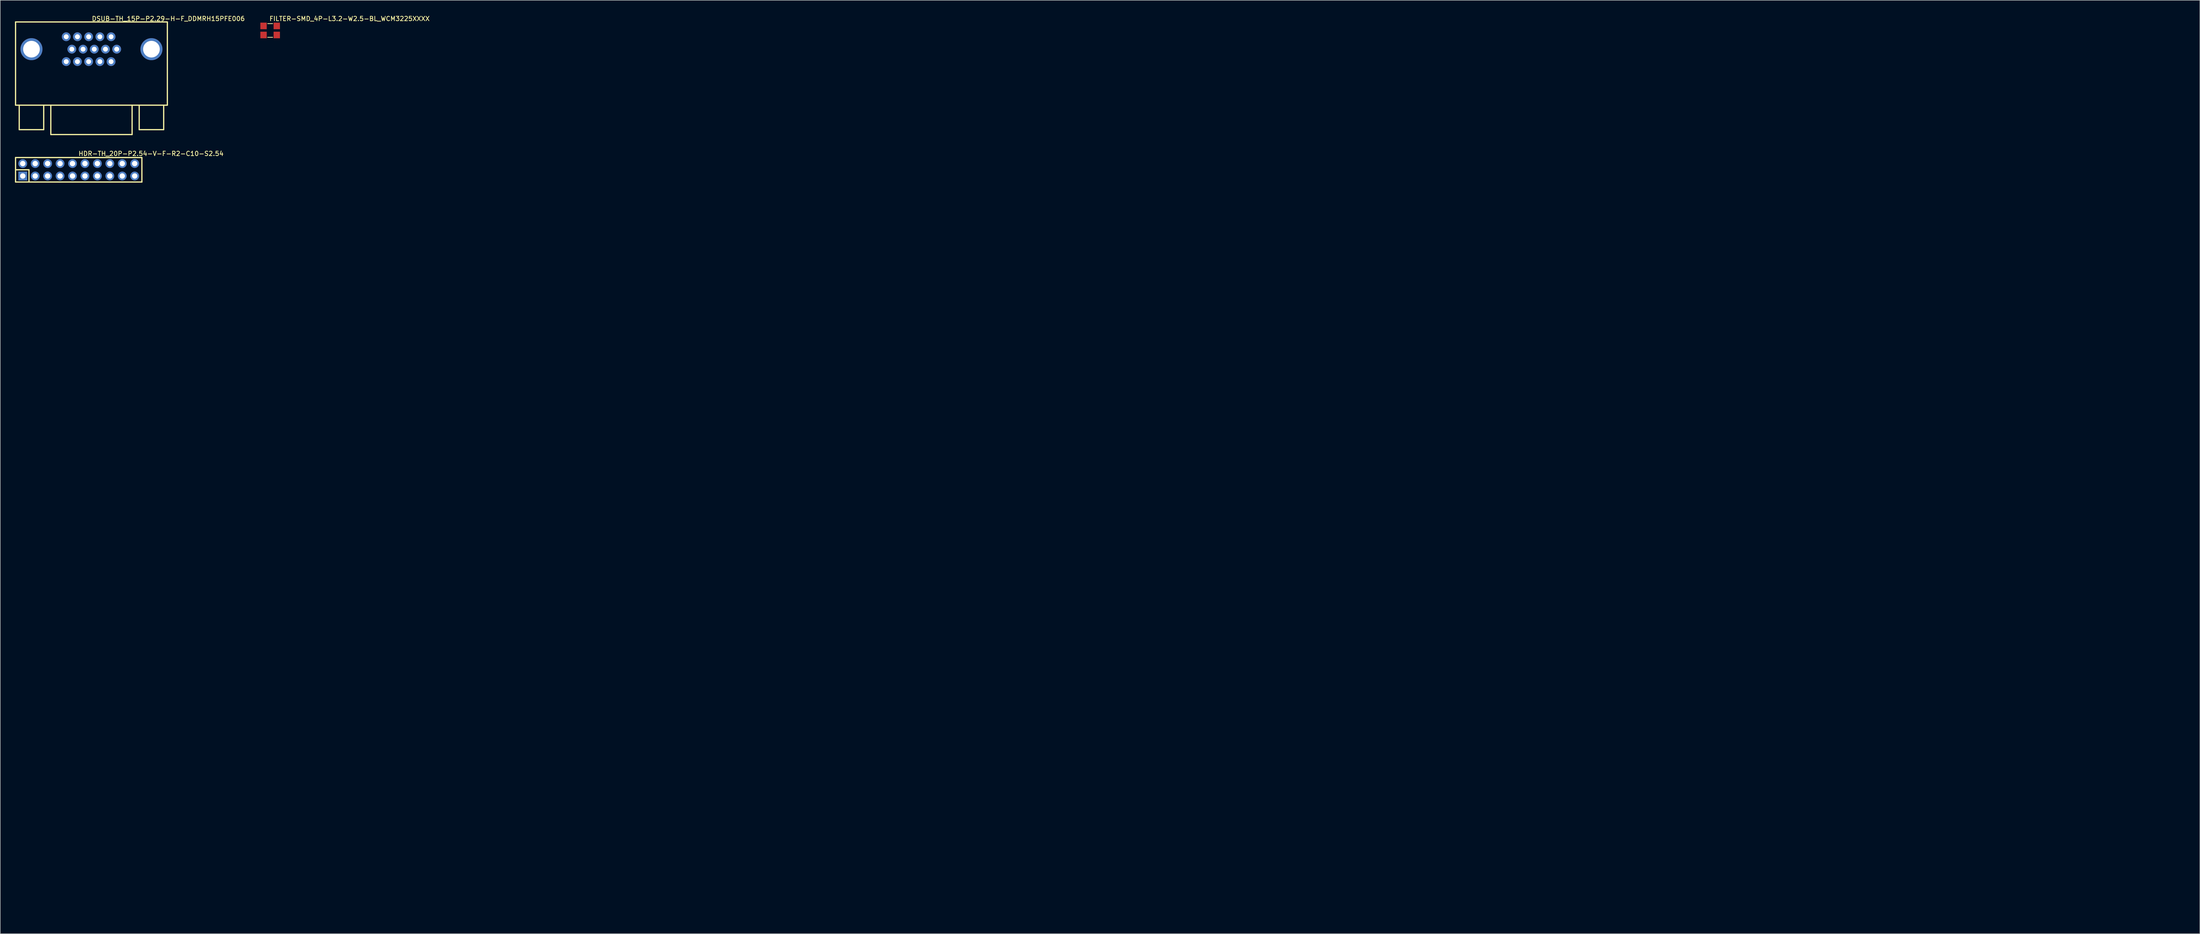
<source format=kicad_pcb>
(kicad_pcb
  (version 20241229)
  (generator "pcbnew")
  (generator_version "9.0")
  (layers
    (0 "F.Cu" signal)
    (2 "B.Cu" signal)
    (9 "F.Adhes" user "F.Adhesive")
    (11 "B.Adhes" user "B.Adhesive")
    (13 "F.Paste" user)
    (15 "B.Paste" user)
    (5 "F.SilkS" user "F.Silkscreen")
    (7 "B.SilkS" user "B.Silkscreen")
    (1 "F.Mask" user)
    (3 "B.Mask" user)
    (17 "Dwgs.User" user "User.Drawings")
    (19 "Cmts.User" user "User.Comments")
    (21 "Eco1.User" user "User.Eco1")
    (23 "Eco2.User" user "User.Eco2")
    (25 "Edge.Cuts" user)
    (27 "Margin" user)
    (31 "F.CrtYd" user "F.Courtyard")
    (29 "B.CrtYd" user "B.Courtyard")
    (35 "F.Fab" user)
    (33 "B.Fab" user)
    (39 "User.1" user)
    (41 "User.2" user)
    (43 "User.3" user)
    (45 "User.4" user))
  (footprint "DSUB-TH_15P-P2.29-H-F_DDMRH15PFE006"
    (layer "F.Cu")
    (at 15.627 6.994)
    (property "Reference" "DSUB-TH_15P-P2.29-H-F_DDMRH15PFE006" (at 0 -6.761 0) (layer "F.SilkS") (effects (font (size 0.914 0.914) (thickness 0.152)) (justify left top)))
    (fp_line (start -15.5 -5.56) (end 15.43 -5.56) (stroke (width 0.254) (type default)) (layer "F.SilkS"))
    (fp_line (start -15.5 11.44) (end -15.5 -5.56) (stroke (width 0.254) (type default)) (layer "F.SilkS"))
    (fp_line (start -15.5 11.44) (end 15.5 11.44) (stroke (width 0.254) (type default)) (layer "F.SilkS"))
    (fp_line (start -14.75 16.44) (end -14.75 11.44) (stroke (width 0.254) (type default)) (layer "F.SilkS"))
    (fp_line (start -14.75 16.44) (end -9.75 16.44) (stroke (width 0.254) (type default)) (layer "F.SilkS"))
    (fp_line (start -9.75 16.44) (end -9.75 11.44) (stroke (width 0.254) (type default)) (layer "F.SilkS"))
    (fp_line (start -8.3 17.44) (end -8.3 11.44) (stroke (width 0.254) (type default)) (layer "F.SilkS"))
    (fp_line (start -8.3 17.44) (end 8.3 17.44) (stroke (width 0.254) (type default)) (layer "F.SilkS"))
    (fp_line (start 8.3 17.44) (end 8.3 11.44) (stroke (width 0.254) (type default)) (layer "F.SilkS"))
    (fp_line (start 9.75 16.44) (end 9.75 11.44) (stroke (width 0.254) (type default)) (layer "F.SilkS"))
    (fp_line (start 14.75 16.44) (end 9.75 16.44) (stroke (width 0.254) (type default)) (layer "F.SilkS"))
    (fp_line (start 14.75 16.44) (end 14.75 11.44) (stroke (width 0.254) (type default)) (layer "F.SilkS"))
    (fp_line (start 15.5 11.44) (end 15.5 -5.56) (stroke (width 0.254) (type default)) (layer "F.SilkS"))
    (fp_circle (center -5.152 -2.54) (end -4.992 -2.54) (stroke (width 0.32) (type default)) (fill no) (layer "User.4"))
    (fp_circle (center -5.152 2.54) (end -4.992 2.54) (stroke (width 0.32) (type default)) (fill no) (layer "User.4"))
    (fp_circle (center -4.007 0) (end -3.847 0) (stroke (width 0.32) (type default)) (fill no) (layer "User.4"))
    (fp_circle (center -2.863 -2.54) (end -2.703 -2.54) (stroke (width 0.32) (type default)) (fill no) (layer "User.4"))
    (fp_circle (center -2.863 2.54) (end -2.703 2.54) (stroke (width 0.32) (type default)) (fill no) (layer "User.4"))
    (fp_circle (center -1.718 0) (end -1.558 0) (stroke (width 0.32) (type default)) (fill no) (layer "User.4"))
    (fp_circle (center -0.573 -2.54) (end -0.412 -2.54) (stroke (width 0.32) (type default)) (fill no) (layer "User.4"))
    (fp_circle (center -0.573 2.54) (end -0.412 2.54) (stroke (width 0.32) (type default)) (fill no) (layer "User.4"))
    (fp_circle (center 0.573 0) (end 0.733 0) (stroke (width 0.32) (type default)) (fill no) (layer "User.4"))
    (fp_circle (center 1.718 -2.54) (end 1.877 -2.54) (stroke (width 0.32) (type default)) (fill no) (layer "User.4"))
    (fp_circle (center 1.718 2.54) (end 1.877 2.54) (stroke (width 0.32) (type default)) (fill no) (layer "User.4"))
    (fp_circle (center 2.863 0) (end 3.023 0) (stroke (width 0.32) (type default)) (fill no) (layer "User.4"))
    (fp_circle (center 4.008 -2.54) (end 4.168 -2.54) (stroke (width 0.32) (type default)) (fill no) (layer "User.4"))
    (fp_circle (center 4.008 2.54) (end 4.168 2.54) (stroke (width 0.32) (type default)) (fill no) (layer "User.4"))
    (fp_circle (center 5.153 0) (end 5.313 0) (stroke (width 0.32) (type default)) (fill no) (layer "User.4"))
    (fp_circle (center 15.5 -5.25) (end 15.53 -5.25) (stroke (width 0.06) (type default)) (fill no) (layer "User.5"))
    (pad "1" thru_hole oval (at 4.008 -2.54) (size 1.8 1.8) (drill 1) (layers "*.Cu" "*.Mask"))
    (pad "2" thru_hole oval (at 1.718 -2.54) (size 1.8 1.8) (drill 1) (layers "*.Cu" "*.Mask"))
    (pad "3" thru_hole oval (at -0.573 -2.54) (size 1.8 1.8) (drill 1) (layers "*.Cu" "*.Mask"))
    (pad "4" thru_hole oval (at -2.863 -2.54) (size 1.8 1.8) (drill 1) (layers "*.Cu" "*.Mask"))
    (pad "5" thru_hole oval (at -5.152 -2.54) (size 1.8 1.8) (drill 1) (layers "*.Cu" "*.Mask"))
    (pad "6" thru_hole oval (at 5.153 0) (size 1.8 1.8) (drill 1) (layers "*.Cu" "*.Mask"))
    (pad "7" thru_hole oval (at 2.863 0) (size 1.8 1.8) (drill 1) (layers "*.Cu" "*.Mask"))
    (pad "8" thru_hole oval (at 0.573 0) (size 1.8 1.8) (drill 1) (layers "*.Cu" "*.Mask"))
    (pad "9" thru_hole oval (at -1.718 0) (size 1.8 1.8) (drill 1) (layers "*.Cu" "*.Mask"))
    (pad "10" thru_hole oval (at -4.007 0) (size 1.8 1.8) (drill 1) (layers "*.Cu" "*.Mask"))
    (pad "11" thru_hole oval (at 4.008 2.54) (size 1.8 1.8) (drill 1) (layers "*.Cu" "*.Mask"))
    (pad "12" thru_hole oval (at 1.718 2.54) (size 1.8 1.8) (drill 1) (layers "*.Cu" "*.Mask"))
    (pad "13" thru_hole oval (at -0.573 2.54) (size 1.8 1.8) (drill 1) (layers "*.Cu" "*.Mask"))
    (pad "14" thru_hole oval (at -2.863 2.54) (size 1.8 1.8) (drill 1) (layers "*.Cu" "*.Mask"))
    (pad "15" thru_hole oval (at -5.152 2.54) (size 1.8 1.8) (drill 1) (layers "*.Cu" "*.Mask"))
    (pad "16" thru_hole oval (at -12.25 0) (size 4.5 4.5) (drill 3.4) (layers "*.Cu" "*.Mask"))
    (pad "17" thru_hole oval (at 12.25 0) (size 4.5 4.5) (drill 3.4) (layers "*.Cu" "*.Mask"))
    (zone (net_name "") (layer "Dwgs.User") (hatch edge 0.5) (priority 100) (connect_pads yes) (min_thickness 0) (filled_areas_thickness no) (fill yes) (polygon (pts (xy 7.227 18.444) (xy 7.227 24.444) (xy 7.327 24.544) (xy 23.927 24.544) (xy 24.027 24.444) (xy 24.027 18.344) (xy 23.827 18.344) (xy 23.827 24.344) (xy 7.377 24.344) (xy 7.377 18.444))) (filled_polygon (layer "Dwgs.User") (island) (pts (xy 7.227 18.444) (xy 7.227 24.444) (xy 7.327 24.544) (xy 23.927 24.544) (xy 24.027 24.444) (xy 24.027 18.344) (xy 23.827 18.344) (xy 23.827 24.344) (xy 7.377 24.344) (xy 7.377 18.444))))
    (zone (net_name "") (layer "User.3") (hatch edge 0.5) (priority 100) (connect_pads yes) (min_thickness 0) (filled_areas_thickness no) (fill yes) (polygon (pts (xy 31.127 1.744) (xy 0.127 1.744) (xy 0.127 18.044) (xy 0.407 18.044) (xy 0.407 18.094) (xy 0.407 22.854) (xy 5.847 22.854) (xy 5.847 18.124) (xy 7.197 18.124) (xy 7.197 24.244) (xy 22.867 24.244) (xy 24.057 24.244) (xy 24.057 18.044) (xy 25.457 18.044) (xy 25.457 22.904) (xy 30.837 22.904) (xy 30.837 18.094) (xy 31.127 18.094) (xy 31.127 18.044))) (filled_polygon (layer "User.3") (island) (pts (xy 31.127 1.744) (xy 0.127 1.744) (xy 0.127 18.044) (xy 0.407 18.044) (xy 0.407 18.094) (xy 0.407 22.854) (xy 5.847 22.854) (xy 5.847 18.124) (xy 7.197 18.124) (xy 7.197 24.244) (xy 22.867 24.244) (xy 24.057 24.244) (xy 24.057 18.044) (xy 25.457 18.044) (xy 25.457 22.904) (xy 30.837 22.904) (xy 30.837 18.094) (xy 31.127 18.094) (xy 31.127 18.044))))
    (zone (net_name "") (layer "User.4") (hatch edge 0.5) (priority 100) (connect_pads yes) (min_thickness 0) (filled_areas_thickness no) (fill yes) (polygon (pts (xy 1.877 6.794) (xy 4.877 6.794) (xy 4.877 7.194) (xy 1.877 7.194))) (filled_polygon (layer "User.4") (island) (pts (xy 1.877 6.794) (xy 4.877 6.794) (xy 4.877 7.194) (xy 1.877 7.194))))
    (zone (net_name "") (layer "User.4") (hatch edge 0.5) (priority 100) (connect_pads yes) (min_thickness 0) (filled_areas_thickness no) (fill yes) (polygon (pts (xy 26.377 6.794) (xy 29.377 6.794) (xy 29.377 7.194) (xy 26.377 7.194))) (filled_polygon (layer "User.4") (island) (pts (xy 26.377 6.794) (xy 29.377 6.794) (xy 29.377 7.194) (xy 26.377 7.194)))))
  (footprint "FILTER-SMD_4P-L3.2-W2.5-BL_WCM3225XXXX"
    (layer "F.Cu")
    (at 52.121 3.171)
    (property "Reference" "FILTER-SMD_4P-L3.2-W2.5-BL_WCM3225XXXX" (at -0.23 -2.937 0) (layer "F.SilkS") (effects (font (size 0.914 0.914) (thickness 0.152)) (justify left top)))
    (fp_line (start -0.508 -1.397) (end 0.508 -1.397) (stroke (width 0.152) (type default)) (layer "F.SilkS"))
    (fp_line (start 0.508 1.397) (end -0.508 1.397) (stroke (width 0.152) (type default)) (layer "F.SilkS"))
    (fp_circle (center -1.6 1.25) (end -1.57 1.25) (stroke (width 0.06) (type default)) (fill no) (layer "User.5"))
    (pad "1" smd rect (at -1.35 0.925) (size 1.3 1.35) (layers "F.Cu" "F.Mask" "F.Paste"))
    (pad "2" smd rect (at 1.35 0.925) (size 1.3 1.35) (layers "F.Cu" "F.Mask" "F.Paste"))
    (pad "3" smd rect (at 1.35 -0.925) (size 1.3 1.35) (layers "F.Cu" "F.Mask" "F.Paste"))
    (pad "4" smd rect (at -1.35 -0.925) (size 1.3 1.35) (layers "F.Cu" "F.Mask" "F.Paste"))
    (zone (net_name "") (layer "User.3") (hatch edge 0.5) (priority 100) (connect_pads yes) (min_thickness 0) (filled_areas_thickness no) (fill yes) (polygon (pts (xy 50.521 4.421) (xy 50.521 1.921) (xy 53.721 1.921) (xy 53.721 4.421))) (filled_polygon (layer "User.3") (island) (pts (xy 50.521 4.421) (xy 50.521 1.921) (xy 53.721 1.921) (xy 53.721 4.421))))
    (zone (net_name "") (layer "User.4") (hatch edge 0.5) (priority 100) (connect_pads yes) (min_thickness 0) (filled_areas_thickness no) (fill yes) (polygon (pts (xy 50.521 1.921) (xy 51.321 1.921) (xy 51.321 2.821) (xy 50.521 2.821))) (filled_polygon (layer "User.4") (island) (pts (xy 50.521 1.921) (xy 51.321 1.921) (xy 51.321 2.821) (xy 50.521 2.821))))
    (zone (net_name "") (layer "User.4") (hatch edge 0.5) (priority 100) (connect_pads yes) (min_thickness 0) (filled_areas_thickness no) (fill yes) (polygon (pts (xy 51.321 4.421) (xy 50.521 4.421) (xy 50.521 3.521) (xy 51.321 3.521))) (filled_polygon (layer "User.4") (island) (pts (xy 51.321 4.421) (xy 50.521 4.421) (xy 50.521 3.521) (xy 51.321 3.521))))
    (zone (net_name "") (layer "User.4") (hatch edge 0.5) (priority 100) (connect_pads yes) (min_thickness 0) (filled_areas_thickness no) (fill yes) (polygon (pts (xy 52.921 1.921) (xy 53.721 1.921) (xy 53.721 2.821) (xy 52.921 2.821))) (filled_polygon (layer "User.4") (island) (pts (xy 52.921 1.921) (xy 53.721 1.921) (xy 53.721 2.821) (xy 52.921 2.821))))
    (zone (net_name "") (layer "User.4") (hatch edge 0.5) (priority 100) (connect_pads yes) (min_thickness 0) (filled_areas_thickness no) (fill yes) (polygon (pts (xy 52.921 3.521) (xy 53.721 3.521) (xy 53.721 4.421) (xy 52.921 4.421))) (filled_polygon (layer "User.4") (island) (pts (xy 52.921 3.521) (xy 53.721 3.521) (xy 53.721 4.421) (xy 52.921 4.421)))))
  (footprint "HDR-TH_20P-P2.54-V-F-R2-C10-S2.54"
    (layer "F.Cu")
    (at 13.027 31.629)
    (property "Reference" "HDR-TH_20P-P2.54-V-F-R2-C10-S2.54" (at -0.127 -3.835 0) (layer "F.SilkS") (effects (font (size 0.914 0.914) (thickness 0.152)) (justify left top)))
    (fp_line (start -12.9 -2.5) (end 12.9 -2.5) (stroke (width 0.254) (type default)) (layer "F.SilkS"))
    (fp_line (start -12.9 2.5) (end -12.9 -2.5) (stroke (width 0.254) (type default)) (layer "F.SilkS"))
    (fp_line (start -12.827 0) (end -10.16 0) (stroke (width 0.254) (type default)) (layer "F.SilkS"))
    (fp_line (start -10.16 0) (end -10.16 2.413) (stroke (width 0.254) (type default)) (layer "F.SilkS"))
    (fp_line (start 12.9 -2.5) (end 12.9 2.5) (stroke (width 0.254) (type default)) (layer "F.SilkS"))
    (fp_line (start 12.9 2.5) (end -12.9 2.5) (stroke (width 0.254) (type default)) (layer "F.SilkS"))
    (fp_circle (center -12.95 2.5) (end -12.92 2.5) (stroke (width 0.06) (type default)) (fill no) (layer "User.5"))
    (pad "1" thru_hole rect (at -11.43 1.27) (size 1.8 1.8) (drill 1.1) (layers "*.Cu" "*.Mask"))
    (pad "2" thru_hole oval (at -11.43 -1.27) (size 1.8 1.8) (drill 1.1) (layers "*.Cu" "*.Mask"))
    (pad "3" thru_hole oval (at -8.89 1.27) (size 1.8 1.8) (drill 1.1) (layers "*.Cu" "*.Mask"))
    (pad "4" thru_hole oval (at -8.89 -1.27) (size 1.8 1.8) (drill 1.1) (layers "*.Cu" "*.Mask"))
    (pad "5" thru_hole oval (at -6.35 1.27) (size 1.8 1.8) (drill 1.1) (layers "*.Cu" "*.Mask"))
    (pad "6" thru_hole oval (at -6.35 -1.27) (size 1.8 1.8) (drill 1.1) (layers "*.Cu" "*.Mask"))
    (pad "7" thru_hole oval (at -3.81 1.27) (size 1.8 1.8) (drill 1.1) (layers "*.Cu" "*.Mask"))
    (pad "8" thru_hole oval (at -3.81 -1.27) (size 1.8 1.8) (drill 1.1) (layers "*.Cu" "*.Mask"))
    (pad "9" thru_hole oval (at -1.27 1.27) (size 1.8 1.8) (drill 1.1) (layers "*.Cu" "*.Mask"))
    (pad "10" thru_hole oval (at -1.27 -1.27) (size 1.8 1.8) (drill 1.1) (layers "*.Cu" "*.Mask"))
    (pad "11" thru_hole oval (at 1.27 1.27) (size 1.8 1.8) (drill 1.1) (layers "*.Cu" "*.Mask"))
    (pad "12" thru_hole oval (at 1.27 -1.27) (size 1.8 1.8) (drill 1.1) (layers "*.Cu" "*.Mask"))
    (pad "13" thru_hole oval (at 3.81 1.27) (size 1.8 1.8) (drill 1.1) (layers "*.Cu" "*.Mask"))
    (pad "14" thru_hole oval (at 3.81 -1.27) (size 1.8 1.8) (drill 1.1) (layers "*.Cu" "*.Mask"))
    (pad "15" thru_hole oval (at 6.35 1.27) (size 1.8 1.8) (drill 1.1) (layers "*.Cu" "*.Mask"))
    (pad "16" thru_hole oval (at 6.35 -1.27) (size 1.8 1.8) (drill 1.1) (layers "*.Cu" "*.Mask"))
    (pad "17" thru_hole oval (at 8.89 1.27) (size 1.8 1.8) (drill 1.1) (layers "*.Cu" "*.Mask"))
    (pad "18" thru_hole oval (at 8.89 -1.27) (size 1.8 1.8) (drill 1.1) (layers "*.Cu" "*.Mask"))
    (pad "19" thru_hole oval (at 11.43 1.27) (size 1.8 1.8) (drill 1.1) (layers "*.Cu" "*.Mask"))
    (pad "20" thru_hole oval (at 11.43 -1.27) (size 1.8 1.8) (drill 1.1) (layers "*.Cu" "*.Mask"))
    (zone (net_name "") (layer "User.3") (hatch edge 0.5) (priority 100) (connect_pads yes) (min_thickness 0) (filled_areas_thickness no) (fill yes) (polygon (pts (xy 417.297 184.669) (xy 417.297 179.669) (xy 443.197 179.669) (xy 443.197 184.669))) (filled_polygon (layer "User.3") (island) (pts (xy 417.297 184.669) (xy 417.297 179.669) (xy 443.197 179.669) (xy 443.197 184.669))))
    (zone (net_name "") (layer "User.4") (hatch edge 0.5) (priority 100) (connect_pads yes) (min_thickness 0) (filled_areas_thickness no) (fill yes) (polygon (pts (xy 418.517 180.774) (xy 419.117 180.774) (xy 419.117 181.024) (xy 418.517 181.024))) (filled_polygon (layer "User.4") (island) (pts (xy 418.517 180.774) (xy 419.117 180.774) (xy 419.117 181.024) (xy 418.517 181.024))))
    (zone (net_name "") (layer "User.4") (hatch edge 0.5) (priority 100) (connect_pads yes) (min_thickness 0) (filled_areas_thickness no) (fill yes) (polygon (pts (xy 418.517 183.314) (xy 419.117 183.314) (xy 419.117 183.564) (xy 418.517 183.564))) (filled_polygon (layer "User.4") (island) (pts (xy 418.517 183.314) (xy 419.117 183.314) (xy 419.117 183.564) (xy 418.517 183.564))))
    (zone (net_name "") (layer "User.4") (hatch edge 0.5) (priority 100) (connect_pads yes) (min_thickness 0) (filled_areas_thickness no) (fill yes) (polygon (pts (xy 421.057 180.774) (xy 421.657 180.774) (xy 421.657 181.024) (xy 421.057 181.024))) (filled_polygon (layer "User.4") (island) (pts (xy 421.057 180.774) (xy 421.657 180.774) (xy 421.657 181.024) (xy 421.057 181.024))))
    (zone (net_name "") (layer "User.4") (hatch edge 0.5) (priority 100) (connect_pads yes) (min_thickness 0) (filled_areas_thickness no) (fill yes) (polygon (pts (xy 421.057 183.314) (xy 421.657 183.314) (xy 421.657 183.564) (xy 421.057 183.564))) (filled_polygon (layer "User.4") (island) (pts (xy 421.057 183.314) (xy 421.657 183.314) (xy 421.657 183.564) (xy 421.057 183.564))))
    (zone (net_name "") (layer "User.4") (hatch edge 0.5) (priority 100) (connect_pads yes) (min_thickness 0) (filled_areas_thickness no) (fill yes) (polygon (pts (xy 423.597 180.774) (xy 424.197 180.774) (xy 424.197 181.024) (xy 423.597 181.024))) (filled_polygon (layer "User.4") (island) (pts (xy 423.597 180.774) (xy 424.197 180.774) (xy 424.197 181.024) (xy 423.597 181.024))))
    (zone (net_name "") (layer "User.4") (hatch edge 0.5) (priority 100) (connect_pads yes) (min_thickness 0) (filled_areas_thickness no) (fill yes) (polygon (pts (xy 423.597 183.314) (xy 424.197 183.314) (xy 424.197 183.564) (xy 423.597 183.564))) (filled_polygon (layer "User.4") (island) (pts (xy 423.597 183.314) (xy 424.197 183.314) (xy 424.197 183.564) (xy 423.597 183.564))))
    (zone (net_name "") (layer "User.4") (hatch edge 0.5) (priority 100) (connect_pads yes) (min_thickness 0) (filled_areas_thickness no) (fill yes) (polygon (pts (xy 426.137 180.774) (xy 426.737 180.774) (xy 426.737 181.024) (xy 426.137 181.024))) (filled_polygon (layer "User.4") (island) (pts (xy 426.137 180.774) (xy 426.737 180.774) (xy 426.737 181.024) (xy 426.137 181.024))))
    (zone (net_name "") (layer "User.4") (hatch edge 0.5) (priority 100) (connect_pads yes) (min_thickness 0) (filled_areas_thickness no) (fill yes) (polygon (pts (xy 426.137 183.314) (xy 426.737 183.314) (xy 426.737 183.564) (xy 426.137 183.564))) (filled_polygon (layer "User.4") (island) (pts (xy 426.137 183.314) (xy 426.737 183.314) (xy 426.737 183.564) (xy 426.137 183.564))))
    (zone (net_name "") (layer "User.4") (hatch edge 0.5) (priority 100) (connect_pads yes) (min_thickness 0) (filled_areas_thickness no) (fill yes) (polygon (pts (xy 428.677 180.774) (xy 429.277 180.774) (xy 429.277 181.024) (xy 428.677 181.024))) (filled_polygon (layer "User.4") (island) (pts (xy 428.677 180.774) (xy 429.277 180.774) (xy 429.277 181.024) (xy 428.677 181.024))))
    (zone (net_name "") (layer "User.4") (hatch edge 0.5) (priority 100) (connect_pads yes) (min_thickness 0) (filled_areas_thickness no) (fill yes) (polygon (pts (xy 428.677 183.314) (xy 429.277 183.314) (xy 429.277 183.564) (xy 428.677 183.564))) (filled_polygon (layer "User.4") (island) (pts (xy 428.677 183.314) (xy 429.277 183.314) (xy 429.277 183.564) (xy 428.677 183.564))))
    (zone (net_name "") (layer "User.4") (hatch edge 0.5) (priority 100) (connect_pads yes) (min_thickness 0) (filled_areas_thickness no) (fill yes) (polygon (pts (xy 431.217 180.774) (xy 431.817 180.774) (xy 431.817 181.024) (xy 431.217 181.024))) (filled_polygon (layer "User.4") (island) (pts (xy 431.217 180.774) (xy 431.817 180.774) (xy 431.817 181.024) (xy 431.217 181.024))))
    (zone (net_name "") (layer "User.4") (hatch edge 0.5) (priority 100) (connect_pads yes) (min_thickness 0) (filled_areas_thickness no) (fill yes) (polygon (pts (xy 431.217 183.314) (xy 431.817 183.314) (xy 431.817 183.564) (xy 431.217 183.564))) (filled_polygon (layer "User.4") (island) (pts (xy 431.217 183.314) (xy 431.817 183.314) (xy 431.817 183.564) (xy 431.217 183.564))))
    (zone (net_name "") (layer "User.4") (hatch edge 0.5) (priority 100) (connect_pads yes) (min_thickness 0) (filled_areas_thickness no) (fill yes) (polygon (pts (xy 433.757 180.774) (xy 434.357 180.774) (xy 434.357 181.024) (xy 433.757 181.024))) (filled_polygon (layer "User.4") (island) (pts (xy 433.757 180.774) (xy 434.357 180.774) (xy 434.357 181.024) (xy 433.757 181.024))))
    (zone (net_name "") (layer "User.4") (hatch edge 0.5) (priority 100) (connect_pads yes) (min_thickness 0) (filled_areas_thickness no) (fill yes) (polygon (pts (xy 433.757 183.314) (xy 434.357 183.314) (xy 434.357 183.564) (xy 433.757 183.564))) (filled_polygon (layer "User.4") (island) (pts (xy 433.757 183.314) (xy 434.357 183.314) (xy 434.357 183.564) (xy 433.757 183.564))))
    (zone (net_name "") (layer "User.4") (hatch edge 0.5) (priority 100) (connect_pads yes) (min_thickness 0) (filled_areas_thickness no) (fill yes) (polygon (pts (xy 436.297 180.774) (xy 436.897 180.774) (xy 436.897 181.024) (xy 436.297 181.024))) (filled_polygon (layer "User.4") (island) (pts (xy 436.297 180.774) (xy 436.897 180.774) (xy 436.897 181.024) (xy 436.297 181.024))))
    (zone (net_name "") (layer "User.4") (hatch edge 0.5) (priority 100) (connect_pads yes) (min_thickness 0) (filled_areas_thickness no) (fill yes) (polygon (pts (xy 436.297 183.314) (xy 436.897 183.314) (xy 436.897 183.564) (xy 436.297 183.564))) (filled_polygon (layer "User.4") (island) (pts (xy 436.297 183.314) (xy 436.897 183.314) (xy 436.897 183.564) (xy 436.297 183.564))))
    (zone (net_name "") (layer "User.4") (hatch edge 0.5) (priority 100) (connect_pads yes) (min_thickness 0) (filled_areas_thickness no) (fill yes) (polygon (pts (xy 438.837 180.774) (xy 439.437 180.774) (xy 439.437 181.024) (xy 438.837 181.024))) (filled_polygon (layer "User.4") (island) (pts (xy 438.837 180.774) (xy 439.437 180.774) (xy 439.437 181.024) (xy 438.837 181.024))))
    (zone (net_name "") (layer "User.4") (hatch edge 0.5) (priority 100) (connect_pads yes) (min_thickness 0) (filled_areas_thickness no) (fill yes) (polygon (pts (xy 438.837 183.314) (xy 439.437 183.314) (xy 439.437 183.564) (xy 438.837 183.564))) (filled_polygon (layer "User.4") (island) (pts (xy 438.837 183.314) (xy 439.437 183.314) (xy 439.437 183.564) (xy 438.837 183.564))))
    (zone (net_name "") (layer "User.4") (hatch edge 0.5) (priority 100) (connect_pads yes) (min_thickness 0) (filled_areas_thickness no) (fill yes) (polygon (pts (xy 441.377 180.774) (xy 441.977 180.774) (xy 441.977 181.024) (xy 441.377 181.024))) (filled_polygon (layer "User.4") (island) (pts (xy 441.377 180.774) (xy 441.977 180.774) (xy 441.977 181.024) (xy 441.377 181.024))))
    (zone (net_name "") (layer "User.4") (hatch edge 0.5) (priority 100) (connect_pads yes) (min_thickness 0) (filled_areas_thickness no) (fill yes) (polygon (pts (xy 441.377 183.314) (xy 441.977 183.314) (xy 441.977 183.564) (xy 441.377 183.564))) (filled_polygon (layer "User.4") (island) (pts (xy 441.377 183.314) (xy 441.977 183.314) (xy 441.977 183.564) (xy 441.377 183.564)))))
  (gr_rect
    (start -3 -3)
    (end 446.197 187.669)
    (stroke (width 0.1) (type default))
    (fill no)
    (layer "Edge.Cuts")))
</source>
